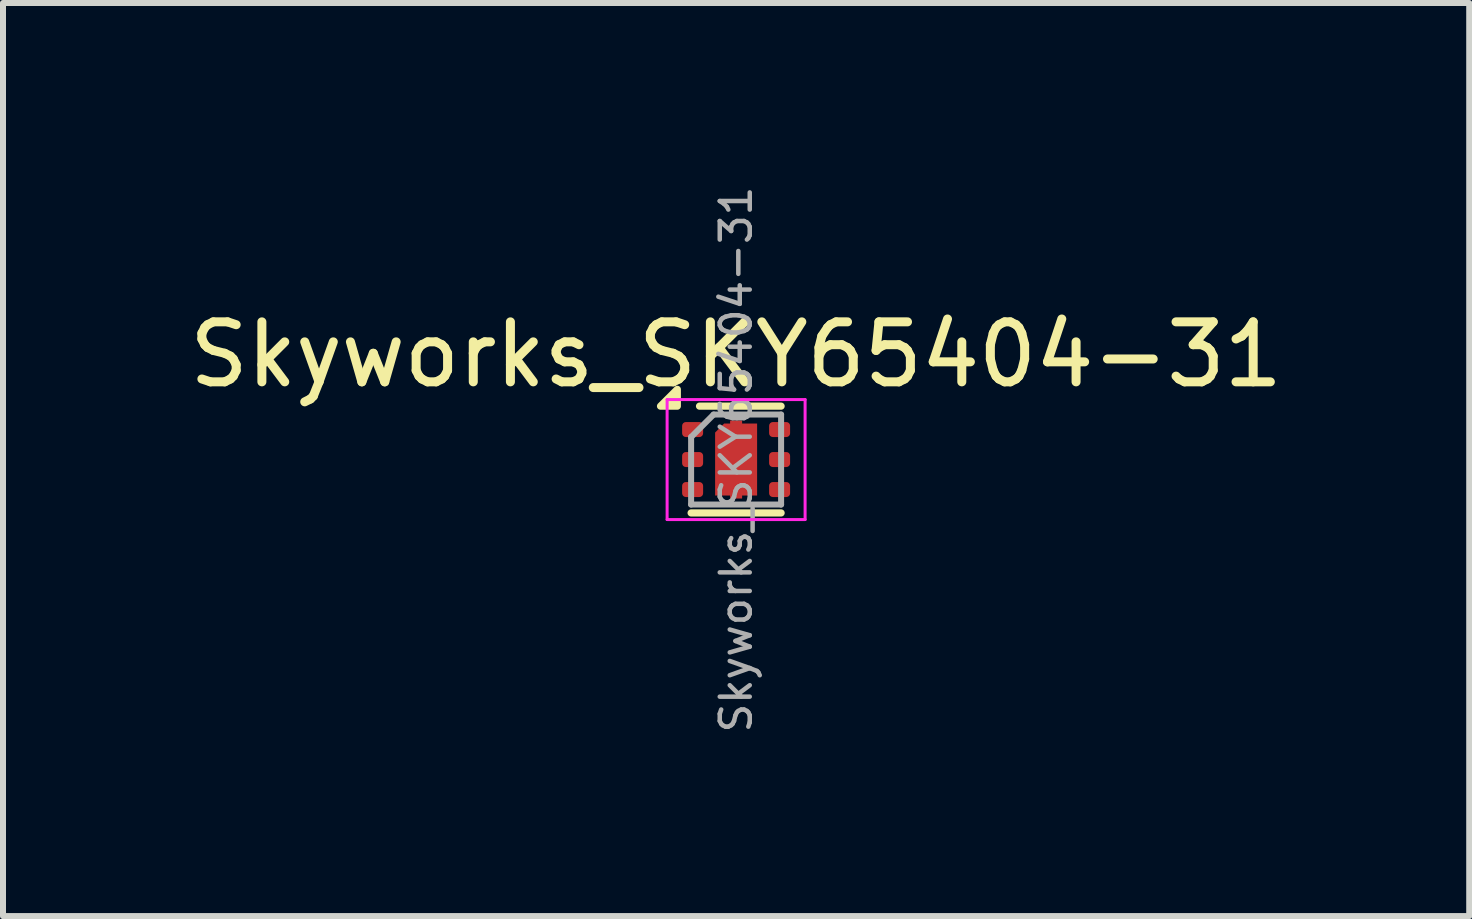
<source format=kicad_pcb>
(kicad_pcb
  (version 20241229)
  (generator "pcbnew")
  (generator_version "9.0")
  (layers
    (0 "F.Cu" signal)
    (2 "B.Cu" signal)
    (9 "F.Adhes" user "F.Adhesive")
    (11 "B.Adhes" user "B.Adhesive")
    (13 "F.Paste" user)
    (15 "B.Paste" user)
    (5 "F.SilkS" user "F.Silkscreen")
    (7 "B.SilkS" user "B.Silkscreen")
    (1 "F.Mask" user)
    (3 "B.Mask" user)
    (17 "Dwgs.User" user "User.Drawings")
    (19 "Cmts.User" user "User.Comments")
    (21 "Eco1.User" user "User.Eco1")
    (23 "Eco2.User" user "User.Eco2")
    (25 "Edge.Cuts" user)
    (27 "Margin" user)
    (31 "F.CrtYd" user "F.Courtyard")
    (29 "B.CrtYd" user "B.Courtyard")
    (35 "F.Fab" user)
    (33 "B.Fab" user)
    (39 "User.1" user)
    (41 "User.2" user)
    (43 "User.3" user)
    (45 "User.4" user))
  (footprint "Skyworks_SKY65404-31"
    (layer "F.Cu")
    (at 9.22 4.61)
    (property "Reference" "Skyworks_SKY65404-31" (at 0 -1.75 0) (layer "F.SilkS") (effects (font (size 1 1) (thickness 0.15))))
    (attr smd)
    (fp_line (start -0.75 0.89) (end 0.75 0.89) (stroke (width 0.12) (type solid)) (layer "F.SilkS"))
    (fp_line (start -0.61 -0.89) (end 0.75 -0.89) (stroke (width 0.12) (type solid)) (layer "F.SilkS"))
    (fp_poly (pts (xy -0.98 -0.89) (xy -1.26 -0.89) (xy -0.98 -1.17) (xy -0.98 -0.89)) (stroke (width 0.12) (type solid)) (fill yes) (layer "F.SilkS"))
    (fp_line (start -1.15 -1) (end 1.15 -1) (stroke (width 0.05) (type solid)) (layer "F.CrtYd"))
    (fp_line (start -1.15 1) (end -1.15 -1) (stroke (width 0.05) (type solid)) (layer "F.CrtYd"))
    (fp_line (start 1.15 -1) (end 1.15 1) (stroke (width 0.05) (type solid)) (layer "F.CrtYd"))
    (fp_line (start 1.15 1) (end -1.15 1) (stroke (width 0.05) (type solid)) (layer "F.CrtYd"))
    (fp_line (start -0.75 -0.375) (end -0.375 -0.75) (stroke (width 0.1) (type solid)) (layer "F.Fab"))
    (fp_line (start -0.75 0.75) (end -0.75 -0.375) (stroke (width 0.1) (type solid)) (layer "F.Fab"))
    (fp_line (start -0.375 -0.75) (end 0.75 -0.75) (stroke (width 0.1) (type solid)) (layer "F.Fab"))
    (fp_line (start 0.75 -0.75) (end 0.75 0.75) (stroke (width 0.1) (type solid)) (layer "F.Fab"))
    (fp_line (start 0.75 0.75) (end -0.75 0.75) (stroke (width 0.1) (type solid)) (layer "F.Fab"))
    (fp_text user "${REFERENCE}" (at 0 0 270) (layer "F.Fab") (effects (font (size 0.5 0.5) (thickness 0.075))))
    (pad "1" smd roundrect (at -0.725 -0.5) (size 0.35 0.25) (layers "F.Cu" "F.Mask" "F.Paste") (roundrect_rratio 0.25))
    (pad "2" smd roundrect (at -0.725 0) (size 0.35 0.25) (layers "F.Cu" "F.Mask" "F.Paste") (roundrect_rratio 0.25))
    (pad "3" smd roundrect (at -0.725 0.5) (size 0.35 0.25) (layers "F.Cu" "F.Mask" "F.Paste") (roundrect_rratio 0.25))
    (pad "4" smd roundrect (at 0.725 0.5) (size 0.35 0.25) (layers "F.Cu" "F.Mask" "F.Paste") (roundrect_rratio 0.25))
    (pad "5" smd roundrect (at 0.725 0) (size 0.35 0.25) (layers "F.Cu" "F.Mask" "F.Paste") (roundrect_rratio 0.25))
    (pad "6" smd roundrect (at 0.725 -0.5) (size 0.35 0.25) (layers "F.Cu" "F.Mask" "F.Paste") (roundrect_rratio 0.25))
    (pad "7" smd custom (at 0 0) (size 0.35 0.25) (layers "F.Cu" "F.Mask" "F.Paste") (options (anchor rect)) (primitives (gr_poly (pts (xy 0.1 -0.6) (xy 0.35 -0.6) (xy 0.35 0.6) (xy 0.1 0.6) (xy 0.1 0.65) (xy -0.1 0.65) (xy -0.1 0.6) (xy -0.35 0.6) (xy -0.35 -0.45) (xy -0.2 -0.6) (xy -0.1 -0.6) (xy -0.1 -0.65) (xy 0.1 -0.65)) (width 0) (fill yes)))))
  (gr_rect
    (start -3 -3)
    (end 21.44 12.22)
    (stroke (width 0.1) (type default))
    (fill no)
    (layer "Edge.Cuts")))
</source>
